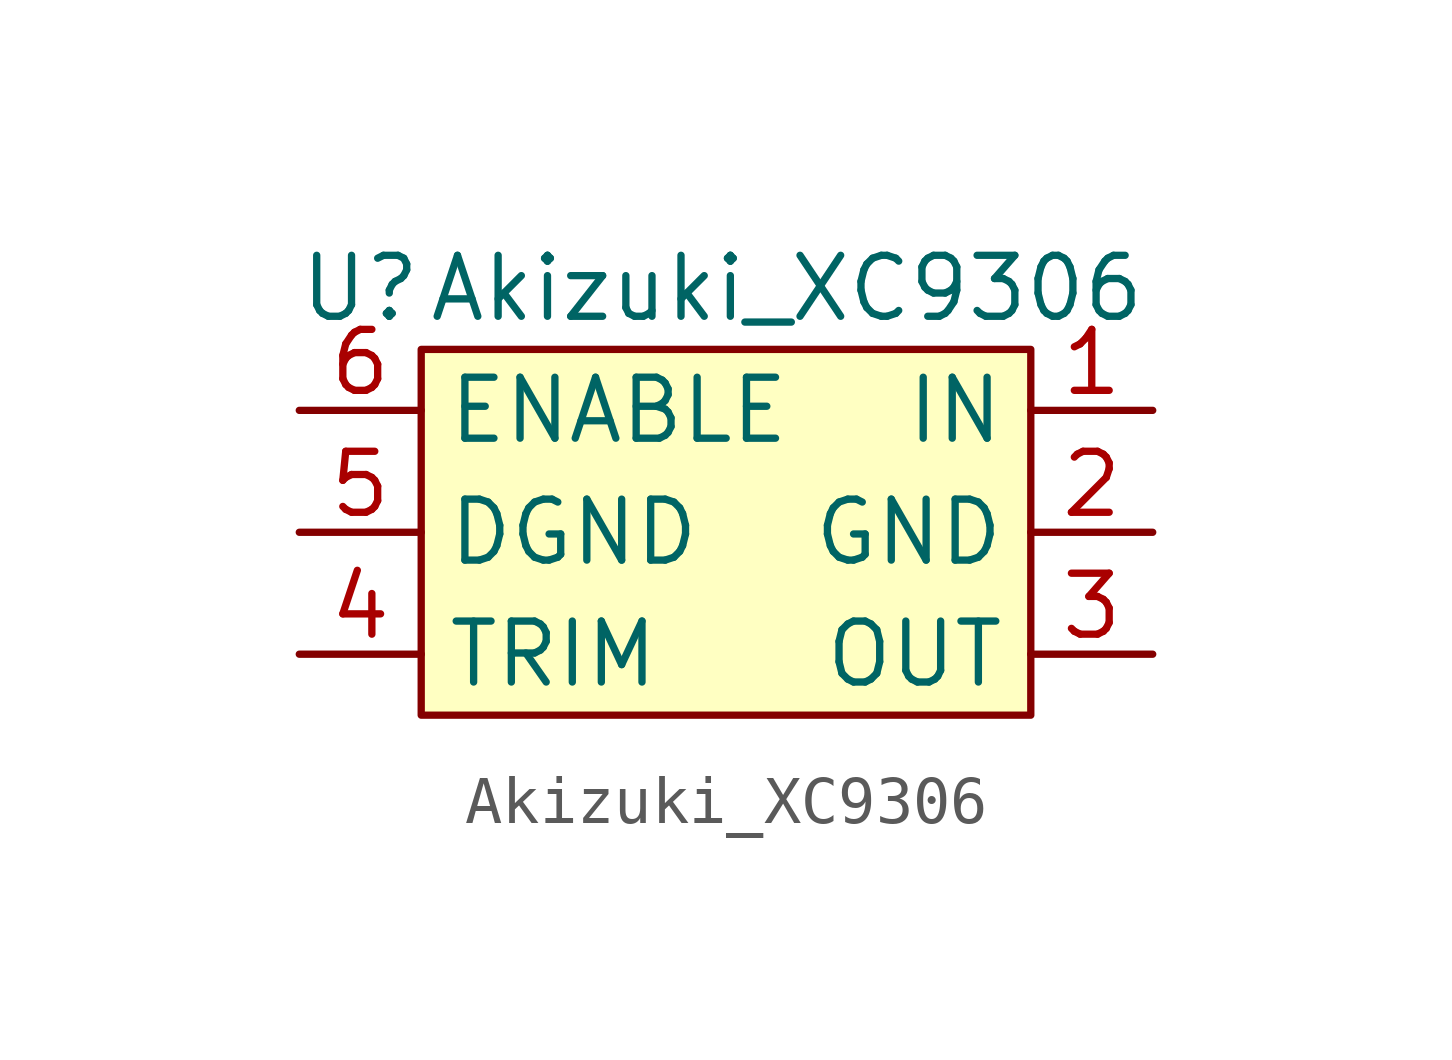
<source format=kicad_sym>
(kicad_symbol_lib
  (version 20211014)
  (generator kicad_symbol_editor)
  (symbol "Akizuki_XC9306"
    (property "Reference" "U"
      (at -7.62 5.08 0)
      (effects (font (size 1.27 1.27))))
    (property "Value" "Akizuki_XC9306"
      (at 1.27 5.08 0)
      (effects (font (size 1.27 1.27))))
    (symbol "Akizuki_XC9306_0_1"
      (rectangle (start -6.35 3.81) (end 6.35 -3.81) (stroke (width 0) (type default) (color 0 0 0 0)) (fill (type background))))
    (symbol "Akizuki_XC9306_1_1"
      (pin passive line (at 8.89 2.54 180) (length 2.54) (name "IN" (effects (font (size 1.27 1.27)))) (number "1" (effects (font (size 1.27 1.27)))))
      (pin passive line (at 8.89 0 180) (length 2.54) (name "GND" (effects (font (size 1.27 1.27)))) (number "2" (effects (font (size 1.27 1.27)))))
      (pin passive line (at 8.89 -2.54 180) (length 2.54) (name "OUT" (effects (font (size 1.27 1.27)))) (number "3" (effects (font (size 1.27 1.27)))))
      (pin passive line (at -8.89 -2.54 0) (length 2.54) (name "TRIM" (effects (font (size 1.27 1.27)))) (number "4" (effects (font (size 1.27 1.27)))))
      (pin passive line (at -8.89 0 0) (length 2.54) (name "DGND" (effects (font (size 1.27 1.27)))) (number "5" (effects (font (size 1.27 1.27)))))
      (pin passive line (at -8.89 2.54 0) (length 2.54) (name "ENABLE" (effects (font (size 1.27 1.27)))) (number "6" (effects (font (size 1.27 1.27))))))))
</source>
